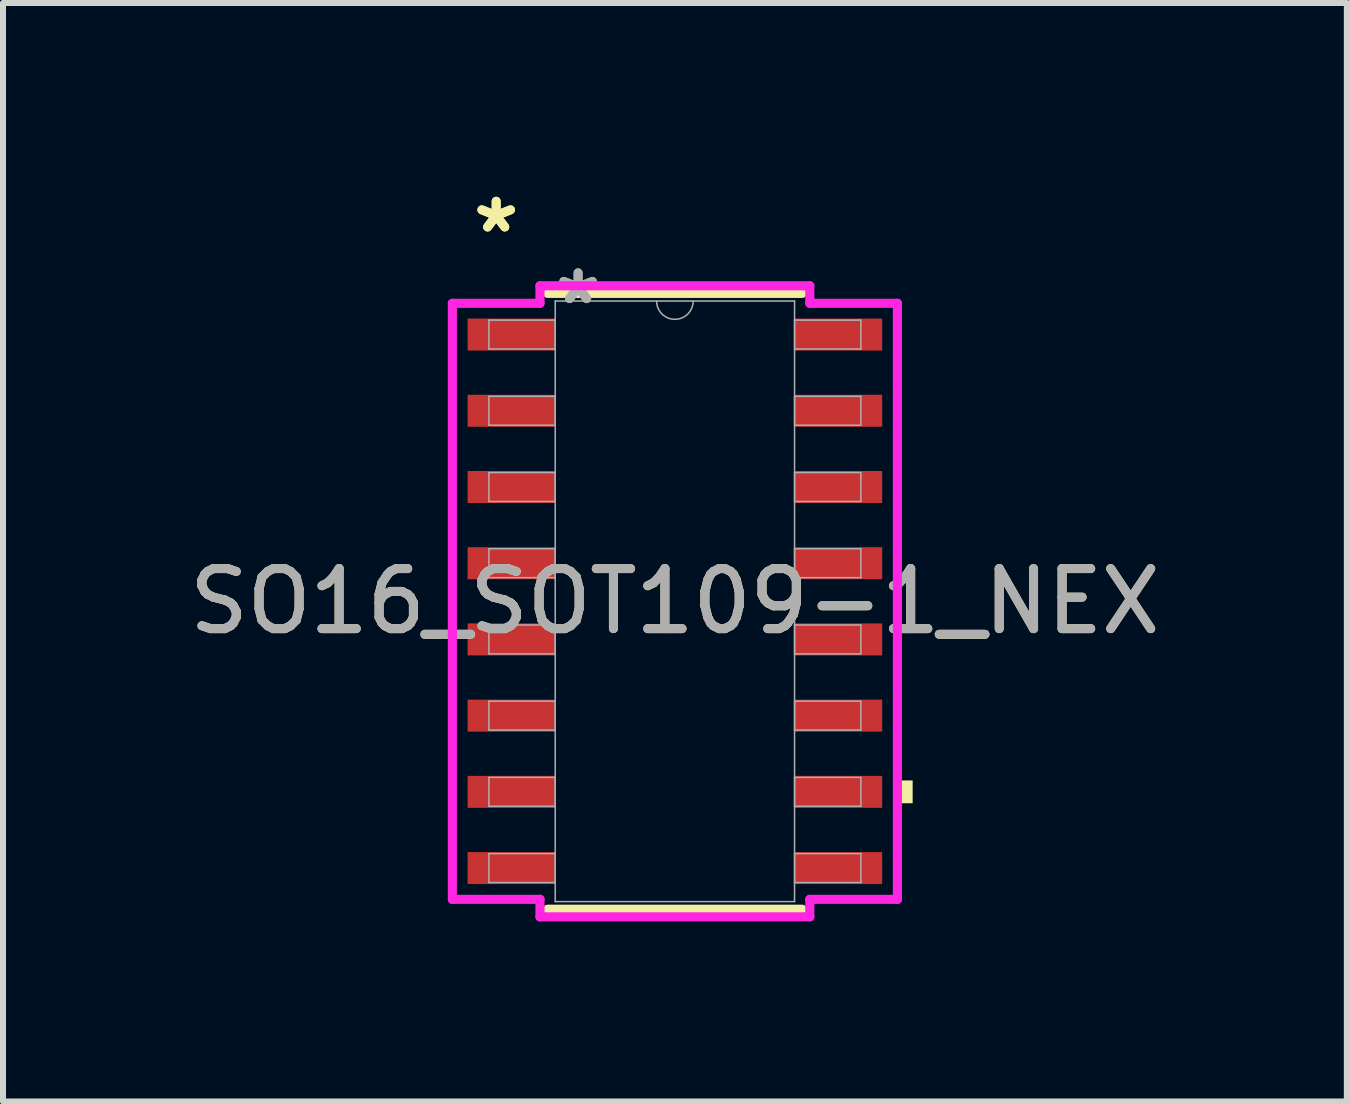
<source format=kicad_pcb>
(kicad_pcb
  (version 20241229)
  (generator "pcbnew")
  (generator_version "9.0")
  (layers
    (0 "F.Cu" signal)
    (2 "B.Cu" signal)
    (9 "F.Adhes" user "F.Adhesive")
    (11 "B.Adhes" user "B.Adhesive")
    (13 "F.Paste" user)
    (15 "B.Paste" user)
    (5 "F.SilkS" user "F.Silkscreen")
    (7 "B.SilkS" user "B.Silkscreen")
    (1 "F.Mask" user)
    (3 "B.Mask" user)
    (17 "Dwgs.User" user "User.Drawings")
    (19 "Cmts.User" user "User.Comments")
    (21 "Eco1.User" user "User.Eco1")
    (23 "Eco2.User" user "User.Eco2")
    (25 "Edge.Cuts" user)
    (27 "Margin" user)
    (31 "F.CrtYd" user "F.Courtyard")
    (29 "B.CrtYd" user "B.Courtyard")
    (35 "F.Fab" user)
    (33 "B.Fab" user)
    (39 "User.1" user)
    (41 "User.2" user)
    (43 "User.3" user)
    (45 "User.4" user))
  (footprint "SO16_SOT109-1_NEX"
    (layer "F.Cu")
    (at 8.196 6.97)
    (property "Reference" "SO16_SOT109-1_NEX" (at 0 0 0) (unlocked yes) (layer "F.SilkS") (effects (font (size 1 1) (thickness 0.15))))
    (attr smd)
    (fp_line (start -2.121 5.131) (end 2.121 5.131) (stroke (width 0.152) (type solid)) (layer "F.SilkS"))
    (fp_line (start 2.121 -5.131) (end -2.121 -5.131) (stroke (width 0.152) (type solid)) (layer "F.SilkS"))
    (fp_poly (pts (xy 3.962 2.985) (xy 3.962 3.365) (xy 3.708 3.365) (xy 3.708 2.985)) (stroke (width 0) (type solid)) (fill yes) (layer "F.SilkS"))
    (fp_line (start -3.708 -4.966) (end -2.248 -4.966) (stroke (width 0.152) (type solid)) (layer "F.CrtYd"))
    (fp_line (start -3.708 4.966) (end -3.708 -4.966) (stroke (width 0.152) (type solid)) (layer "F.CrtYd"))
    (fp_line (start -3.708 4.966) (end -2.248 4.966) (stroke (width 0.152) (type solid)) (layer "F.CrtYd"))
    (fp_line (start -2.248 -5.258) (end 2.248 -5.258) (stroke (width 0.152) (type solid)) (layer "F.CrtYd"))
    (fp_line (start -2.248 -4.966) (end -2.248 -5.258) (stroke (width 0.152) (type solid)) (layer "F.CrtYd"))
    (fp_line (start -2.248 5.258) (end -2.248 4.966) (stroke (width 0.152) (type solid)) (layer "F.CrtYd"))
    (fp_line (start 2.248 -5.258) (end 2.248 -4.966) (stroke (width 0.152) (type solid)) (layer "F.CrtYd"))
    (fp_line (start 2.248 4.966) (end 2.248 5.258) (stroke (width 0.152) (type solid)) (layer "F.CrtYd"))
    (fp_line (start 2.248 5.258) (end -2.248 5.258) (stroke (width 0.152) (type solid)) (layer "F.CrtYd"))
    (fp_line (start 3.708 -4.966) (end 2.248 -4.966) (stroke (width 0.152) (type solid)) (layer "F.CrtYd"))
    (fp_line (start 3.708 -4.966) (end 3.708 4.966) (stroke (width 0.152) (type solid)) (layer "F.CrtYd"))
    (fp_line (start 3.708 4.966) (end 2.248 4.966) (stroke (width 0.152) (type solid)) (layer "F.CrtYd"))
    (fp_line (start -3.099 -4.686) (end -3.099 -4.204) (stroke (width 0.025) (type solid)) (layer "F.Fab"))
    (fp_line (start -3.099 -4.204) (end -1.994 -4.204) (stroke (width 0.025) (type solid)) (layer "F.Fab"))
    (fp_line (start -3.099 -3.416) (end -3.099 -2.934) (stroke (width 0.025) (type solid)) (layer "F.Fab"))
    (fp_line (start -3.099 -2.934) (end -1.994 -2.934) (stroke (width 0.025) (type solid)) (layer "F.Fab"))
    (fp_line (start -3.099 -2.146) (end -3.099 -1.664) (stroke (width 0.025) (type solid)) (layer "F.Fab"))
    (fp_line (start -3.099 -1.664) (end -1.994 -1.664) (stroke (width 0.025) (type solid)) (layer "F.Fab"))
    (fp_line (start -3.099 -0.876) (end -3.099 -0.394) (stroke (width 0.025) (type solid)) (layer "F.Fab"))
    (fp_line (start -3.099 -0.394) (end -1.994 -0.394) (stroke (width 0.025) (type solid)) (layer "F.Fab"))
    (fp_line (start -3.099 0.394) (end -3.099 0.876) (stroke (width 0.025) (type solid)) (layer "F.Fab"))
    (fp_line (start -3.099 0.876) (end -1.994 0.876) (stroke (width 0.025) (type solid)) (layer "F.Fab"))
    (fp_line (start -3.099 1.664) (end -3.099 2.146) (stroke (width 0.025) (type solid)) (layer "F.Fab"))
    (fp_line (start -3.099 2.146) (end -1.994 2.146) (stroke (width 0.025) (type solid)) (layer "F.Fab"))
    (fp_line (start -3.099 2.934) (end -3.099 3.416) (stroke (width 0.025) (type solid)) (layer "F.Fab"))
    (fp_line (start -3.099 3.416) (end -1.994 3.416) (stroke (width 0.025) (type solid)) (layer "F.Fab"))
    (fp_line (start -3.099 4.204) (end -3.099 4.686) (stroke (width 0.025) (type solid)) (layer "F.Fab"))
    (fp_line (start -3.099 4.686) (end -1.994 4.686) (stroke (width 0.025) (type solid)) (layer "F.Fab"))
    (fp_line (start -1.994 -5.004) (end -1.994 5.004) (stroke (width 0.025) (type solid)) (layer "F.Fab"))
    (fp_line (start -1.994 -4.686) (end -3.099 -4.686) (stroke (width 0.025) (type solid)) (layer "F.Fab"))
    (fp_line (start -1.994 -4.204) (end -1.994 -4.686) (stroke (width 0.025) (type solid)) (layer "F.Fab"))
    (fp_line (start -1.994 -3.416) (end -3.099 -3.416) (stroke (width 0.025) (type solid)) (layer "F.Fab"))
    (fp_line (start -1.994 -2.934) (end -1.994 -3.416) (stroke (width 0.025) (type solid)) (layer "F.Fab"))
    (fp_line (start -1.994 -2.146) (end -3.099 -2.146) (stroke (width 0.025) (type solid)) (layer "F.Fab"))
    (fp_line (start -1.994 -1.664) (end -1.994 -2.146) (stroke (width 0.025) (type solid)) (layer "F.Fab"))
    (fp_line (start -1.994 -0.876) (end -3.099 -0.876) (stroke (width 0.025) (type solid)) (layer "F.Fab"))
    (fp_line (start -1.994 -0.394) (end -1.994 -0.876) (stroke (width 0.025) (type solid)) (layer "F.Fab"))
    (fp_line (start -1.994 0.394) (end -3.099 0.394) (stroke (width 0.025) (type solid)) (layer "F.Fab"))
    (fp_line (start -1.994 0.876) (end -1.994 0.394) (stroke (width 0.025) (type solid)) (layer "F.Fab"))
    (fp_line (start -1.994 1.664) (end -3.099 1.664) (stroke (width 0.025) (type solid)) (layer "F.Fab"))
    (fp_line (start -1.994 2.146) (end -1.994 1.664) (stroke (width 0.025) (type solid)) (layer "F.Fab"))
    (fp_line (start -1.994 2.934) (end -3.099 2.934) (stroke (width 0.025) (type solid)) (layer "F.Fab"))
    (fp_line (start -1.994 3.416) (end -1.994 2.934) (stroke (width 0.025) (type solid)) (layer "F.Fab"))
    (fp_line (start -1.994 4.204) (end -3.099 4.204) (stroke (width 0.025) (type solid)) (layer "F.Fab"))
    (fp_line (start -1.994 4.686) (end -1.994 4.204) (stroke (width 0.025) (type solid)) (layer "F.Fab"))
    (fp_line (start -1.994 5.004) (end 1.994 5.004) (stroke (width 0.025) (type solid)) (layer "F.Fab"))
    (fp_line (start 1.994 -5.004) (end -1.994 -5.004) (stroke (width 0.025) (type solid)) (layer "F.Fab"))
    (fp_line (start 1.994 -4.686) (end 1.994 -4.204) (stroke (width 0.025) (type solid)) (layer "F.Fab"))
    (fp_line (start 1.994 -4.204) (end 3.099 -4.204) (stroke (width 0.025) (type solid)) (layer "F.Fab"))
    (fp_line (start 1.994 -3.416) (end 1.994 -2.934) (stroke (width 0.025) (type solid)) (layer "F.Fab"))
    (fp_line (start 1.994 -2.934) (end 3.099 -2.934) (stroke (width 0.025) (type solid)) (layer "F.Fab"))
    (fp_line (start 1.994 -2.146) (end 1.994 -1.664) (stroke (width 0.025) (type solid)) (layer "F.Fab"))
    (fp_line (start 1.994 -1.664) (end 3.099 -1.664) (stroke (width 0.025) (type solid)) (layer "F.Fab"))
    (fp_line (start 1.994 -0.876) (end 1.994 -0.394) (stroke (width 0.025) (type solid)) (layer "F.Fab"))
    (fp_line (start 1.994 -0.394) (end 3.099 -0.394) (stroke (width 0.025) (type solid)) (layer "F.Fab"))
    (fp_line (start 1.994 0.394) (end 1.994 0.876) (stroke (width 0.025) (type solid)) (layer "F.Fab"))
    (fp_line (start 1.994 0.876) (end 3.099 0.876) (stroke (width 0.025) (type solid)) (layer "F.Fab"))
    (fp_line (start 1.994 1.664) (end 1.994 2.146) (stroke (width 0.025) (type solid)) (layer "F.Fab"))
    (fp_line (start 1.994 2.146) (end 3.099 2.146) (stroke (width 0.025) (type solid)) (layer "F.Fab"))
    (fp_line (start 1.994 2.934) (end 1.994 3.416) (stroke (width 0.025) (type solid)) (layer "F.Fab"))
    (fp_line (start 1.994 3.416) (end 3.099 3.416) (stroke (width 0.025) (type solid)) (layer "F.Fab"))
    (fp_line (start 1.994 4.204) (end 1.994 4.686) (stroke (width 0.025) (type solid)) (layer "F.Fab"))
    (fp_line (start 1.994 4.686) (end 3.099 4.686) (stroke (width 0.025) (type solid)) (layer "F.Fab"))
    (fp_line (start 1.994 5.004) (end 1.994 -5.004) (stroke (width 0.025) (type solid)) (layer "F.Fab"))
    (fp_line (start 3.099 -4.686) (end 1.994 -4.686) (stroke (width 0.025) (type solid)) (layer "F.Fab"))
    (fp_line (start 3.099 -4.204) (end 3.099 -4.686) (stroke (width 0.025) (type solid)) (layer "F.Fab"))
    (fp_line (start 3.099 -3.416) (end 1.994 -3.416) (stroke (width 0.025) (type solid)) (layer "F.Fab"))
    (fp_line (start 3.099 -2.934) (end 3.099 -3.416) (stroke (width 0.025) (type solid)) (layer "F.Fab"))
    (fp_line (start 3.099 -2.146) (end 1.994 -2.146) (stroke (width 0.025) (type solid)) (layer "F.Fab"))
    (fp_line (start 3.099 -1.664) (end 3.099 -2.146) (stroke (width 0.025) (type solid)) (layer "F.Fab"))
    (fp_line (start 3.099 -0.876) (end 1.994 -0.876) (stroke (width 0.025) (type solid)) (layer "F.Fab"))
    (fp_line (start 3.099 -0.394) (end 3.099 -0.876) (stroke (width 0.025) (type solid)) (layer "F.Fab"))
    (fp_line (start 3.099 0.394) (end 1.994 0.394) (stroke (width 0.025) (type solid)) (layer "F.Fab"))
    (fp_line (start 3.099 0.876) (end 3.099 0.394) (stroke (width 0.025) (type solid)) (layer "F.Fab"))
    (fp_line (start 3.099 1.664) (end 1.994 1.664) (stroke (width 0.025) (type solid)) (layer "F.Fab"))
    (fp_line (start 3.099 2.146) (end 3.099 1.664) (stroke (width 0.025) (type solid)) (layer "F.Fab"))
    (fp_line (start 3.099 2.934) (end 1.994 2.934) (stroke (width 0.025) (type solid)) (layer "F.Fab"))
    (fp_line (start 3.099 3.416) (end 3.099 2.934) (stroke (width 0.025) (type solid)) (layer "F.Fab"))
    (fp_line (start 3.099 4.204) (end 1.994 4.204) (stroke (width 0.025) (type solid)) (layer "F.Fab"))
    (fp_line (start 3.099 4.686) (end 3.099 4.204) (stroke (width 0.025) (type solid)) (layer "F.Fab"))
    (fp_arc (start 0.3048 -5.0038) (mid 0 -4.699) (end -0.3048 -5.0038) (stroke (width 0.0254) (type solid)) (layer "F.Fab"))
    (fp_text user "*" (at -2.978 -6.121 0) (unlocked yes) (layer "F.SilkS") (effects (font (size 1 1) (thickness 0.15))))
    (fp_text user "*" (at -2.978 -6.121 0) (layer "F.SilkS") (effects (font (size 1 1) (thickness 0.15))))
    (fp_text user "${REFERENCE}" (at 0 0 0) (unlocked yes) (layer "F.Fab") (effects (font (size 1 1) (thickness 0.15))))
    (fp_text user "*" (at -1.613 -4.928 0) (unlocked yes) (layer "F.Fab") (effects (font (size 1 1) (thickness 0.15))))
    (fp_text user "*" (at -1.613 -4.928 0) (layer "F.Fab") (effects (font (size 1 1) (thickness 0.15))))
    (pad "1" smd rect (at -2.724 -4.445) (size 1.46 0.533) (layers "F.Cu" "F.Mask" "F.Paste"))
    (pad "2" smd rect (at -2.724 -3.175) (size 1.46 0.533) (layers "F.Cu" "F.Mask" "F.Paste"))
    (pad "3" smd rect (at -2.724 -1.905) (size 1.46 0.533) (layers "F.Cu" "F.Mask" "F.Paste"))
    (pad "4" smd rect (at -2.724 -0.635) (size 1.46 0.533) (layers "F.Cu" "F.Mask" "F.Paste"))
    (pad "5" smd rect (at -2.724 0.635) (size 1.46 0.533) (layers "F.Cu" "F.Mask" "F.Paste"))
    (pad "6" smd rect (at -2.724 1.905) (size 1.46 0.533) (layers "F.Cu" "F.Mask" "F.Paste"))
    (pad "7" smd rect (at -2.724 3.175) (size 1.46 0.533) (layers "F.Cu" "F.Mask" "F.Paste"))
    (pad "8" smd rect (at -2.724 4.445) (size 1.46 0.533) (layers "F.Cu" "F.Mask" "F.Paste"))
    (pad "9" smd rect (at 2.724 4.445) (size 1.46 0.533) (layers "F.Cu" "F.Mask" "F.Paste"))
    (pad "10" smd rect (at 2.724 3.175) (size 1.46 0.533) (layers "F.Cu" "F.Mask" "F.Paste"))
    (pad "11" smd rect (at 2.724 1.905) (size 1.46 0.533) (layers "F.Cu" "F.Mask" "F.Paste"))
    (pad "12" smd rect (at 2.724 0.635) (size 1.46 0.533) (layers "F.Cu" "F.Mask" "F.Paste"))
    (pad "13" smd rect (at 2.724 -0.635) (size 1.46 0.533) (layers "F.Cu" "F.Mask" "F.Paste"))
    (pad "14" smd rect (at 2.724 -1.905) (size 1.46 0.533) (layers "F.Cu" "F.Mask" "F.Paste"))
    (pad "15" smd rect (at 2.724 -3.175) (size 1.46 0.533) (layers "F.Cu" "F.Mask" "F.Paste"))
    (pad "16" smd rect (at 2.724 -4.445) (size 1.46 0.533) (layers "F.Cu" "F.Mask" "F.Paste")))
  (gr_rect
    (start -3 -3)
    (end 19.393 15.304)
    (stroke (width 0.1) (type default))
    (fill no)
    (layer "Edge.Cuts")))
</source>
